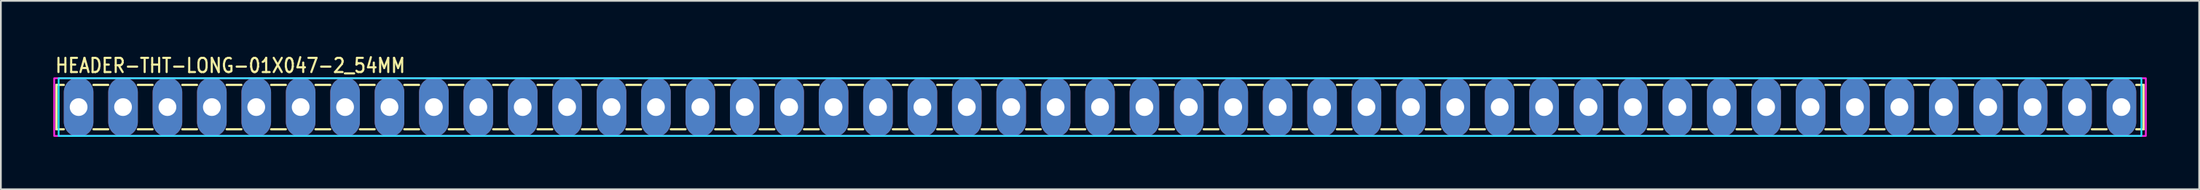
<source format=kicad_pcb>
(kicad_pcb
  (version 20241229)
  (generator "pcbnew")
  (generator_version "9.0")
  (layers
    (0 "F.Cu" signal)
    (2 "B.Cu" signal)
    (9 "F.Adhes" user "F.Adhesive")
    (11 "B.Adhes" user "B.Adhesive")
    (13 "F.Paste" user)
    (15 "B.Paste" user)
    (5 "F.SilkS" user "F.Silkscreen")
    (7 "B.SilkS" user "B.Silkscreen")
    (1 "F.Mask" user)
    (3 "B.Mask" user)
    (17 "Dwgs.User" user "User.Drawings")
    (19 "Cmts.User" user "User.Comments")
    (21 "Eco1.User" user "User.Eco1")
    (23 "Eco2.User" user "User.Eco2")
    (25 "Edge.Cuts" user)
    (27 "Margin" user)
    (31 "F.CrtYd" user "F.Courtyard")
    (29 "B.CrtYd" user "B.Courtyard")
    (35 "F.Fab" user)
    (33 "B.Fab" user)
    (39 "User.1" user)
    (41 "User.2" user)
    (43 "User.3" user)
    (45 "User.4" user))
  (footprint "HEADER-THT-LONG-01X047-2_54MM"
    (layer "F.Cu")
    (at 1.447 3.079)
    (property "Reference" "HEADER-THT-LONG-01X047-2_54MM" (at -1.4 -1.9 0) (unlocked yes) (layer "F.SilkS") (effects (font (size 0.813 0.695) (thickness 0.122)) (justify left bottom)))
    (fp_line (start -1.27 -1.27) (end -1.27 1.27) (stroke (width 0.127) (type solid)) (layer "F.SilkS"))
    (fp_line (start -1.27 1.27) (end -0.85 1.27) (stroke (width 0.127) (type solid)) (layer "F.SilkS"))
    (fp_line (start -0.85 -1.27) (end -1.27 -1.27) (stroke (width 0.127) (type solid)) (layer "F.SilkS"))
    (fp_line (start 0.85 -1.27) (end 1.69 -1.27) (stroke (width 0.127) (type solid)) (layer "F.SilkS"))
    (fp_line (start 0.85 1.27) (end 1.69 1.27) (stroke (width 0.127) (type solid)) (layer "F.SilkS"))
    (fp_line (start 3.39 -1.27) (end 4.23 -1.27) (stroke (width 0.127) (type solid)) (layer "F.SilkS"))
    (fp_line (start 3.39 1.27) (end 4.23 1.27) (stroke (width 0.127) (type solid)) (layer "F.SilkS"))
    (fp_line (start 5.93 -1.27) (end 6.77 -1.27) (stroke (width 0.127) (type solid)) (layer "F.SilkS"))
    (fp_line (start 5.93 1.27) (end 6.77 1.27) (stroke (width 0.127) (type solid)) (layer "F.SilkS"))
    (fp_line (start 8.47 -1.27) (end 9.31 -1.27) (stroke (width 0.127) (type solid)) (layer "F.SilkS"))
    (fp_line (start 8.47 1.27) (end 9.31 1.27) (stroke (width 0.127) (type solid)) (layer "F.SilkS"))
    (fp_line (start 11.01 -1.27) (end 11.85 -1.27) (stroke (width 0.127) (type solid)) (layer "F.SilkS"))
    (fp_line (start 11.01 1.27) (end 11.85 1.27) (stroke (width 0.127) (type solid)) (layer "F.SilkS"))
    (fp_line (start 13.55 -1.27) (end 14.39 -1.27) (stroke (width 0.127) (type solid)) (layer "F.SilkS"))
    (fp_line (start 13.55 1.27) (end 14.39 1.27) (stroke (width 0.127) (type solid)) (layer "F.SilkS"))
    (fp_line (start 16.09 -1.27) (end 16.93 -1.27) (stroke (width 0.127) (type solid)) (layer "F.SilkS"))
    (fp_line (start 16.09 1.27) (end 16.93 1.27) (stroke (width 0.127) (type solid)) (layer "F.SilkS"))
    (fp_line (start 18.63 -1.27) (end 19.47 -1.27) (stroke (width 0.127) (type solid)) (layer "F.SilkS"))
    (fp_line (start 18.63 1.27) (end 19.47 1.27) (stroke (width 0.127) (type solid)) (layer "F.SilkS"))
    (fp_line (start 21.17 -1.27) (end 22.01 -1.27) (stroke (width 0.127) (type solid)) (layer "F.SilkS"))
    (fp_line (start 21.17 1.27) (end 22.01 1.27) (stroke (width 0.127) (type solid)) (layer "F.SilkS"))
    (fp_line (start 23.71 -1.27) (end 24.55 -1.27) (stroke (width 0.127) (type solid)) (layer "F.SilkS"))
    (fp_line (start 23.71 1.27) (end 24.55 1.27) (stroke (width 0.127) (type solid)) (layer "F.SilkS"))
    (fp_line (start 26.25 -1.27) (end 27.09 -1.27) (stroke (width 0.127) (type solid)) (layer "F.SilkS"))
    (fp_line (start 26.25 1.27) (end 27.09 1.27) (stroke (width 0.127) (type solid)) (layer "F.SilkS"))
    (fp_line (start 28.79 -1.27) (end 29.63 -1.27) (stroke (width 0.127) (type solid)) (layer "F.SilkS"))
    (fp_line (start 28.79 1.27) (end 29.63 1.27) (stroke (width 0.127) (type solid)) (layer "F.SilkS"))
    (fp_line (start 31.33 -1.27) (end 32.17 -1.27) (stroke (width 0.127) (type solid)) (layer "F.SilkS"))
    (fp_line (start 31.33 1.27) (end 32.17 1.27) (stroke (width 0.127) (type solid)) (layer "F.SilkS"))
    (fp_line (start 33.87 -1.27) (end 34.71 -1.27) (stroke (width 0.127) (type solid)) (layer "F.SilkS"))
    (fp_line (start 33.87 1.27) (end 34.71 1.27) (stroke (width 0.127) (type solid)) (layer "F.SilkS"))
    (fp_line (start 36.41 -1.27) (end 37.25 -1.27) (stroke (width 0.127) (type solid)) (layer "F.SilkS"))
    (fp_line (start 36.41 1.27) (end 37.25 1.27) (stroke (width 0.127) (type solid)) (layer "F.SilkS"))
    (fp_line (start 38.95 -1.27) (end 39.79 -1.27) (stroke (width 0.127) (type solid)) (layer "F.SilkS"))
    (fp_line (start 38.95 1.27) (end 39.79 1.27) (stroke (width 0.127) (type solid)) (layer "F.SilkS"))
    (fp_line (start 41.49 -1.27) (end 42.33 -1.27) (stroke (width 0.127) (type solid)) (layer "F.SilkS"))
    (fp_line (start 41.49 1.27) (end 42.33 1.27) (stroke (width 0.127) (type solid)) (layer "F.SilkS"))
    (fp_line (start 44.03 -1.27) (end 44.87 -1.27) (stroke (width 0.127) (type solid)) (layer "F.SilkS"))
    (fp_line (start 44.03 1.27) (end 44.87 1.27) (stroke (width 0.127) (type solid)) (layer "F.SilkS"))
    (fp_line (start 46.57 -1.27) (end 47.41 -1.27) (stroke (width 0.127) (type solid)) (layer "F.SilkS"))
    (fp_line (start 46.57 1.27) (end 47.41 1.27) (stroke (width 0.127) (type solid)) (layer "F.SilkS"))
    (fp_line (start 49.11 -1.27) (end 49.95 -1.27) (stroke (width 0.127) (type solid)) (layer "F.SilkS"))
    (fp_line (start 49.11 1.27) (end 49.95 1.27) (stroke (width 0.127) (type solid)) (layer "F.SilkS"))
    (fp_line (start 51.65 -1.27) (end 52.49 -1.27) (stroke (width 0.127) (type solid)) (layer "F.SilkS"))
    (fp_line (start 51.65 1.27) (end 52.49 1.27) (stroke (width 0.127) (type solid)) (layer "F.SilkS"))
    (fp_line (start 54.19 -1.27) (end 55.03 -1.27) (stroke (width 0.127) (type solid)) (layer "F.SilkS"))
    (fp_line (start 54.19 1.27) (end 55.03 1.27) (stroke (width 0.127) (type solid)) (layer "F.SilkS"))
    (fp_line (start 56.73 -1.27) (end 57.57 -1.27) (stroke (width 0.127) (type solid)) (layer "F.SilkS"))
    (fp_line (start 56.73 1.27) (end 57.57 1.27) (stroke (width 0.127) (type solid)) (layer "F.SilkS"))
    (fp_line (start 59.27 -1.27) (end 60.11 -1.27) (stroke (width 0.127) (type solid)) (layer "F.SilkS"))
    (fp_line (start 59.27 1.27) (end 60.11 1.27) (stroke (width 0.127) (type solid)) (layer "F.SilkS"))
    (fp_line (start 61.81 -1.27) (end 62.65 -1.27) (stroke (width 0.127) (type solid)) (layer "F.SilkS"))
    (fp_line (start 61.81 1.27) (end 62.65 1.27) (stroke (width 0.127) (type solid)) (layer "F.SilkS"))
    (fp_line (start 64.35 -1.27) (end 65.19 -1.27) (stroke (width 0.127) (type solid)) (layer "F.SilkS"))
    (fp_line (start 64.35 1.27) (end 65.19 1.27) (stroke (width 0.127) (type solid)) (layer "F.SilkS"))
    (fp_line (start 66.89 -1.27) (end 67.73 -1.27) (stroke (width 0.127) (type solid)) (layer "F.SilkS"))
    (fp_line (start 66.89 1.27) (end 67.73 1.27) (stroke (width 0.127) (type solid)) (layer "F.SilkS"))
    (fp_line (start 69.43 -1.27) (end 70.27 -1.27) (stroke (width 0.127) (type solid)) (layer "F.SilkS"))
    (fp_line (start 69.43 1.27) (end 70.27 1.27) (stroke (width 0.127) (type solid)) (layer "F.SilkS"))
    (fp_line (start 71.97 -1.27) (end 72.81 -1.27) (stroke (width 0.127) (type solid)) (layer "F.SilkS"))
    (fp_line (start 71.97 1.27) (end 72.81 1.27) (stroke (width 0.127) (type solid)) (layer "F.SilkS"))
    (fp_line (start 74.51 -1.27) (end 75.35 -1.27) (stroke (width 0.127) (type solid)) (layer "F.SilkS"))
    (fp_line (start 74.51 1.27) (end 75.35 1.27) (stroke (width 0.127) (type solid)) (layer "F.SilkS"))
    (fp_line (start 77.05 -1.27) (end 77.89 -1.27) (stroke (width 0.127) (type solid)) (layer "F.SilkS"))
    (fp_line (start 77.05 1.27) (end 77.89 1.27) (stroke (width 0.127) (type solid)) (layer "F.SilkS"))
    (fp_line (start 79.59 -1.27) (end 80.43 -1.27) (stroke (width 0.127) (type solid)) (layer "F.SilkS"))
    (fp_line (start 79.59 1.27) (end 80.43 1.27) (stroke (width 0.127) (type solid)) (layer "F.SilkS"))
    (fp_line (start 82.13 -1.27) (end 82.97 -1.27) (stroke (width 0.127) (type solid)) (layer "F.SilkS"))
    (fp_line (start 82.13 1.27) (end 82.97 1.27) (stroke (width 0.127) (type solid)) (layer "F.SilkS"))
    (fp_line (start 84.67 -1.27) (end 85.51 -1.27) (stroke (width 0.127) (type solid)) (layer "F.SilkS"))
    (fp_line (start 84.67 1.27) (end 85.51 1.27) (stroke (width 0.127) (type solid)) (layer "F.SilkS"))
    (fp_line (start 87.21 -1.27) (end 88.05 -1.27) (stroke (width 0.127) (type solid)) (layer "F.SilkS"))
    (fp_line (start 87.21 1.27) (end 88.05 1.27) (stroke (width 0.127) (type solid)) (layer "F.SilkS"))
    (fp_line (start 89.75 -1.27) (end 90.59 -1.27) (stroke (width 0.127) (type solid)) (layer "F.SilkS"))
    (fp_line (start 89.75 1.27) (end 90.59 1.27) (stroke (width 0.127) (type solid)) (layer "F.SilkS"))
    (fp_line (start 92.29 -1.27) (end 93.13 -1.27) (stroke (width 0.127) (type solid)) (layer "F.SilkS"))
    (fp_line (start 92.29 1.27) (end 93.13 1.27) (stroke (width 0.127) (type solid)) (layer "F.SilkS"))
    (fp_line (start 94.83 -1.27) (end 95.67 -1.27) (stroke (width 0.127) (type solid)) (layer "F.SilkS"))
    (fp_line (start 94.83 1.27) (end 95.67 1.27) (stroke (width 0.127) (type solid)) (layer "F.SilkS"))
    (fp_line (start 97.37 -1.27) (end 98.21 -1.27) (stroke (width 0.127) (type solid)) (layer "F.SilkS"))
    (fp_line (start 97.37 1.27) (end 98.21 1.27) (stroke (width 0.127) (type solid)) (layer "F.SilkS"))
    (fp_line (start 99.91 -1.27) (end 100.75 -1.27) (stroke (width 0.127) (type solid)) (layer "F.SilkS"))
    (fp_line (start 99.91 1.27) (end 100.75 1.27) (stroke (width 0.127) (type solid)) (layer "F.SilkS"))
    (fp_line (start 102.45 -1.27) (end 103.29 -1.27) (stroke (width 0.127) (type solid)) (layer "F.SilkS"))
    (fp_line (start 102.45 1.27) (end 103.29 1.27) (stroke (width 0.127) (type solid)) (layer "F.SilkS"))
    (fp_line (start 104.99 -1.27) (end 105.83 -1.27) (stroke (width 0.127) (type solid)) (layer "F.SilkS"))
    (fp_line (start 104.99 1.27) (end 105.83 1.27) (stroke (width 0.127) (type solid)) (layer "F.SilkS"))
    (fp_line (start 107.53 -1.27) (end 108.37 -1.27) (stroke (width 0.127) (type solid)) (layer "F.SilkS"))
    (fp_line (start 107.53 1.27) (end 108.37 1.27) (stroke (width 0.127) (type solid)) (layer "F.SilkS"))
    (fp_line (start 110.07 -1.27) (end 110.91 -1.27) (stroke (width 0.127) (type solid)) (layer "F.SilkS"))
    (fp_line (start 110.07 1.27) (end 110.91 1.27) (stroke (width 0.127) (type solid)) (layer "F.SilkS"))
    (fp_line (start 112.61 -1.27) (end 113.45 -1.27) (stroke (width 0.127) (type solid)) (layer "F.SilkS"))
    (fp_line (start 112.61 1.27) (end 113.45 1.27) (stroke (width 0.127) (type solid)) (layer "F.SilkS"))
    (fp_line (start 115.15 -1.27) (end 115.99 -1.27) (stroke (width 0.127) (type solid)) (layer "F.SilkS"))
    (fp_line (start 115.15 1.27) (end 115.99 1.27) (stroke (width 0.127) (type solid)) (layer "F.SilkS"))
    (fp_line (start 117.69 -1.27) (end 118.11 -1.27) (stroke (width 0.127) (type solid)) (layer "F.SilkS"))
    (fp_line (start 118.11 -1.27) (end 118.11 1.27) (stroke (width 0.127) (type solid)) (layer "F.SilkS"))
    (fp_line (start 118.11 1.27) (end 117.69 1.27) (stroke (width 0.127) (type solid)) (layer "F.SilkS"))
    (fp_poly (pts (xy -1.143 -1.651) (xy 117.983 -1.651) (xy 117.983 1.651) (xy -1.143 1.651)) (stroke (width 0.1) (type solid)) (fill no) (layer "B.CrtYd"))
    (fp_poly (pts (xy -1.397 -1.651) (xy 118.237 -1.651) (xy 118.237 1.651) (xy -1.397 1.651)) (stroke (width 0.1) (type solid)) (fill no) (layer "F.CrtYd"))
    (pad "1" thru_hole oval (at 0 0 90) (size 3.387 1.693) (drill 1.016) (layers "*.Cu" "*.Mask"))
    (pad "2" thru_hole oval (at 2.54 0 90) (size 3.387 1.693) (drill 1.016) (layers "*.Cu" "*.Mask"))
    (pad "3" thru_hole oval (at 5.08 0 90) (size 3.387 1.693) (drill 1.016) (layers "*.Cu" "*.Mask"))
    (pad "4" thru_hole oval (at 7.62 0 90) (size 3.387 1.693) (drill 1.016) (layers "*.Cu" "*.Mask"))
    (pad "5" thru_hole oval (at 10.16 0 90) (size 3.387 1.693) (drill 1.016) (layers "*.Cu" "*.Mask"))
    (pad "6" thru_hole oval (at 12.7 0 90) (size 3.387 1.693) (drill 1.016) (layers "*.Cu" "*.Mask"))
    (pad "7" thru_hole oval (at 15.24 0 90) (size 3.387 1.693) (drill 1.016) (layers "*.Cu" "*.Mask"))
    (pad "8" thru_hole oval (at 17.78 0 90) (size 3.387 1.693) (drill 1.016) (layers "*.Cu" "*.Mask"))
    (pad "9" thru_hole oval (at 20.32 0 90) (size 3.387 1.693) (drill 1.016) (layers "*.Cu" "*.Mask"))
    (pad "10" thru_hole oval (at 22.86 0 90) (size 3.387 1.693) (drill 1.016) (layers "*.Cu" "*.Mask"))
    (pad "11" thru_hole oval (at 25.4 0 90) (size 3.387 1.693) (drill 1.016) (layers "*.Cu" "*.Mask"))
    (pad "12" thru_hole oval (at 27.94 0 90) (size 3.387 1.693) (drill 1.016) (layers "*.Cu" "*.Mask"))
    (pad "13" thru_hole oval (at 30.48 0 90) (size 3.387 1.693) (drill 1.016) (layers "*.Cu" "*.Mask"))
    (pad "14" thru_hole oval (at 33.02 0 90) (size 3.387 1.693) (drill 1.016) (layers "*.Cu" "*.Mask"))
    (pad "15" thru_hole oval (at 35.56 0 90) (size 3.387 1.693) (drill 1.016) (layers "*.Cu" "*.Mask"))
    (pad "16" thru_hole oval (at 38.1 0 90) (size 3.387 1.693) (drill 1.016) (layers "*.Cu" "*.Mask"))
    (pad "17" thru_hole oval (at 40.64 0 90) (size 3.387 1.693) (drill 1.016) (layers "*.Cu" "*.Mask"))
    (pad "18" thru_hole oval (at 43.18 0 90) (size 3.387 1.693) (drill 1.016) (layers "*.Cu" "*.Mask"))
    (pad "19" thru_hole oval (at 45.72 0 90) (size 3.387 1.693) (drill 1.016) (layers "*.Cu" "*.Mask"))
    (pad "20" thru_hole oval (at 48.26 0 90) (size 3.387 1.693) (drill 1.016) (layers "*.Cu" "*.Mask"))
    (pad "21" thru_hole oval (at 50.8 0 90) (size 3.387 1.693) (drill 1.016) (layers "*.Cu" "*.Mask"))
    (pad "22" thru_hole oval (at 53.34 0 90) (size 3.387 1.693) (drill 1.016) (layers "*.Cu" "*.Mask"))
    (pad "23" thru_hole oval (at 55.88 0 90) (size 3.387 1.693) (drill 1.016) (layers "*.Cu" "*.Mask"))
    (pad "24" thru_hole oval (at 58.42 0 90) (size 3.387 1.693) (drill 1.016) (layers "*.Cu" "*.Mask"))
    (pad "25" thru_hole oval (at 60.96 0 90) (size 3.387 1.693) (drill 1.016) (layers "*.Cu" "*.Mask"))
    (pad "26" thru_hole oval (at 63.5 0 90) (size 3.387 1.693) (drill 1.016) (layers "*.Cu" "*.Mask"))
    (pad "27" thru_hole oval (at 66.04 0 90) (size 3.387 1.693) (drill 1.016) (layers "*.Cu" "*.Mask"))
    (pad "28" thru_hole oval (at 68.58 0 90) (size 3.387 1.693) (drill 1.016) (layers "*.Cu" "*.Mask"))
    (pad "29" thru_hole oval (at 71.12 0 90) (size 3.387 1.693) (drill 1.016) (layers "*.Cu" "*.Mask"))
    (pad "30" thru_hole oval (at 73.66 0 90) (size 3.387 1.693) (drill 1.016) (layers "*.Cu" "*.Mask"))
    (pad "31" thru_hole oval (at 76.2 0 90) (size 3.387 1.693) (drill 1.016) (layers "*.Cu" "*.Mask"))
    (pad "32" thru_hole oval (at 78.74 0 90) (size 3.387 1.693) (drill 1.016) (layers "*.Cu" "*.Mask"))
    (pad "33" thru_hole oval (at 81.28 0 90) (size 3.387 1.693) (drill 1.016) (layers "*.Cu" "*.Mask"))
    (pad "34" thru_hole oval (at 83.82 0 90) (size 3.387 1.693) (drill 1.016) (layers "*.Cu" "*.Mask"))
    (pad "35" thru_hole oval (at 86.36 0 90) (size 3.387 1.693) (drill 1.016) (layers "*.Cu" "*.Mask"))
    (pad "36" thru_hole oval (at 88.9 0 90) (size 3.387 1.693) (drill 1.016) (layers "*.Cu" "*.Mask"))
    (pad "37" thru_hole oval (at 91.44 0 90) (size 3.387 1.693) (drill 1.016) (layers "*.Cu" "*.Mask"))
    (pad "38" thru_hole oval (at 93.98 0 90) (size 3.387 1.693) (drill 1.016) (layers "*.Cu" "*.Mask"))
    (pad "39" thru_hole oval (at 96.52 0 90) (size 3.387 1.693) (drill 1.016) (layers "*.Cu" "*.Mask"))
    (pad "40" thru_hole oval (at 99.06 0 90) (size 3.387 1.693) (drill 1.016) (layers "*.Cu" "*.Mask"))
    (pad "41" thru_hole oval (at 101.6 0 90) (size 3.387 1.693) (drill 1.016) (layers "*.Cu" "*.Mask"))
    (pad "42" thru_hole oval (at 104.14 0 90) (size 3.387 1.693) (drill 1.016) (layers "*.Cu" "*.Mask"))
    (pad "43" thru_hole oval (at 106.68 0 90) (size 3.387 1.693) (drill 1.016) (layers "*.Cu" "*.Mask"))
    (pad "44" thru_hole oval (at 109.22 0 90) (size 3.387 1.693) (drill 1.016) (layers "*.Cu" "*.Mask"))
    (pad "45" thru_hole oval (at 111.76 0 90) (size 3.387 1.693) (drill 1.016) (layers "*.Cu" "*.Mask"))
    (pad "46" thru_hole oval (at 114.3 0 90) (size 3.387 1.693) (drill 1.016) (layers "*.Cu" "*.Mask"))
    (pad "47" thru_hole oval (at 116.84 0 90) (size 3.387 1.693) (drill 1.016) (layers "*.Cu" "*.Mask")))
  (gr_rect
    (start -3 -3)
    (end 122.734 7.78)
    (stroke (width 0.1) (type default))
    (fill no)
    (layer "Edge.Cuts")))
</source>
